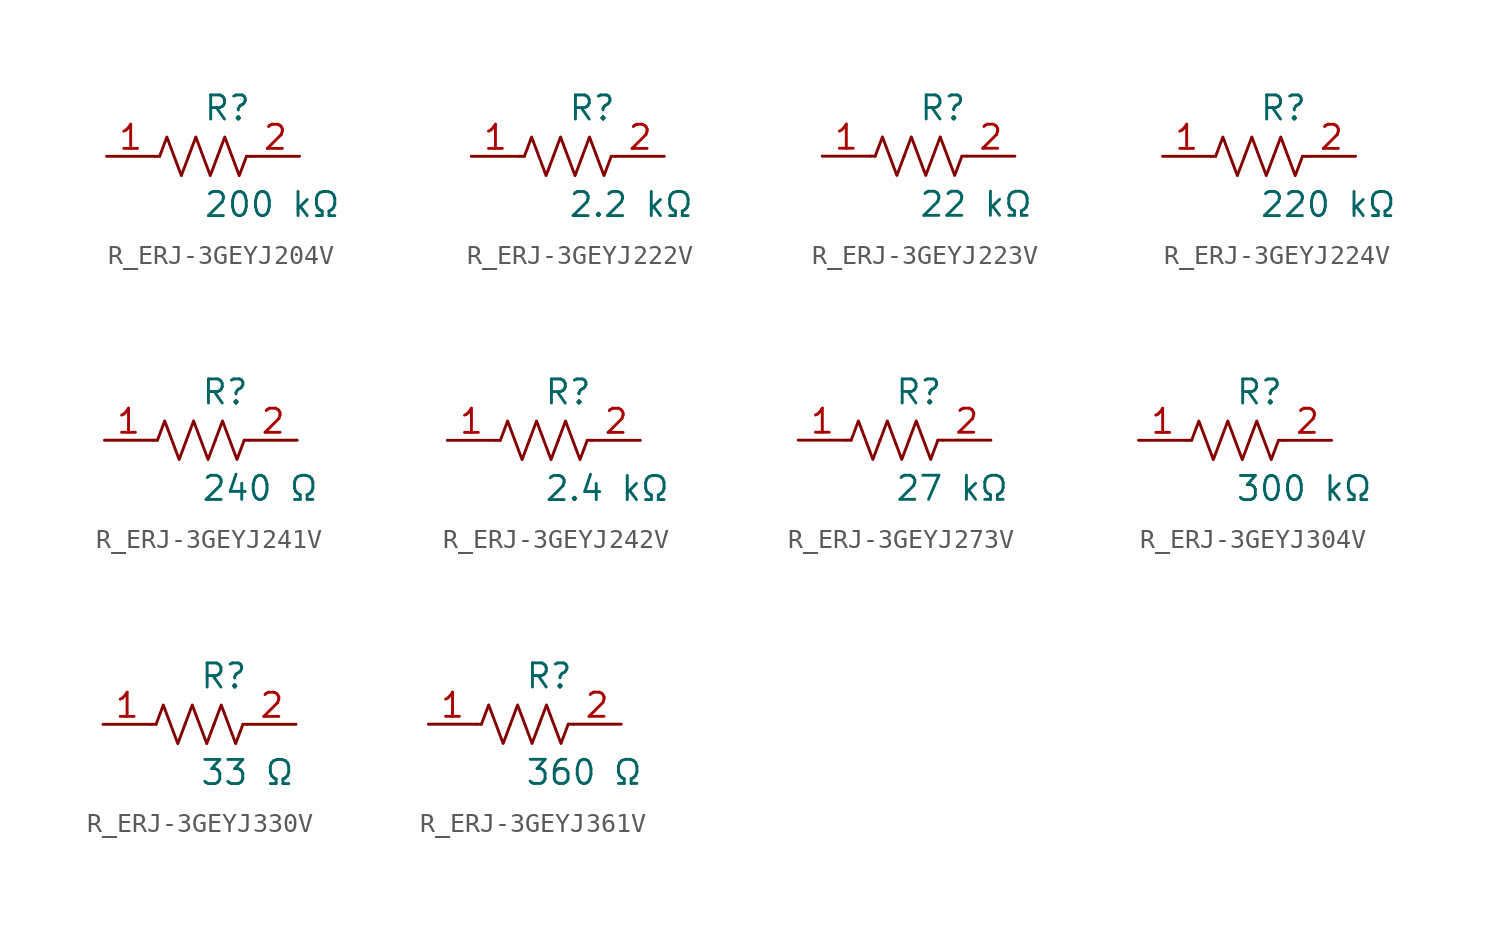
<source format=kicad_sym>
(kicad_symbol_lib
  (version 20231120)
  (generator kicad_symbol_editor)
  (generator_version 8.0)
  (symbol "R_ERJ-3GEYJ204V"
    (pin_names
      (offset 0.254))
    (property "Reference" "R"
      (at 0.0 2.54 0)
      (effects (font (size 1.27 1.27)) (justify left)))
    (property "Value" "200 kΩ"
      (at 0.0 -2.54 0)
      (effects (font (size 1.27 1.27)) (justify left)))
    (symbol "R_ERJ-3GEYJ204V_0_1"
      (polyline (pts (xy 2.286 0) (xy 2.54 0)) (stroke (width 0) (type default)) (fill (type none)))
      (polyline (pts (xy -2.286 0) (xy -2.54 0)) (stroke (width 0) (type default)) (fill (type none)))
      (polyline (pts (xy 0.762 0) (xy 1.143 1.016) (xy 1.524 0) (xy 1.905 -1.016) (xy 2.286 0)) (stroke (width 0) (type default)) (fill (type none)))
      (polyline (pts (xy -0.762 0) (xy -0.381 1.016) (xy 0 0) (xy 0.381 -1.016) (xy 0.762 0)) (stroke (width 0) (type default)) (fill (type none)))
      (polyline (pts (xy -2.286 0) (xy -1.905 1.016) (xy -1.524 0) (xy -1.143 -1.016) (xy -0.762 0)) (stroke (width 0) (type default)) (fill (type none))))
    (pin unspecified line
      (at -5.08 0 0)
      (length 2.54)
      (name "" (effects (font (size 1.27 1.27))))
      (number "1" (effects (font (size 1.27 1.27)))))
    (pin unspecified line
      (at 5.08 0 180)
      (length 2.54)
      (name "" (effects (font (size 1.27 1.27))))
      (number "2" (effects (font (size 1.27 1.27))))))
  (symbol "R_ERJ-3GEYJ222V"
    (pin_names
      (offset 0.254))
    (property "Reference" "R"
      (at 0.0 2.54 0)
      (effects (font (size 1.27 1.27)) (justify left)))
    (property "Value" "2.2 kΩ"
      (at 0.0 -2.54 0)
      (effects (font (size 1.27 1.27)) (justify left)))
    (symbol "R_ERJ-3GEYJ222V_0_1"
      (polyline (pts (xy 2.286 0) (xy 2.54 0)) (stroke (width 0) (type default)) (fill (type none)))
      (polyline (pts (xy -2.286 0) (xy -2.54 0)) (stroke (width 0) (type default)) (fill (type none)))
      (polyline (pts (xy 0.762 0) (xy 1.143 1.016) (xy 1.524 0) (xy 1.905 -1.016) (xy 2.286 0)) (stroke (width 0) (type default)) (fill (type none)))
      (polyline (pts (xy -0.762 0) (xy -0.381 1.016) (xy 0 0) (xy 0.381 -1.016) (xy 0.762 0)) (stroke (width 0) (type default)) (fill (type none)))
      (polyline (pts (xy -2.286 0) (xy -1.905 1.016) (xy -1.524 0) (xy -1.143 -1.016) (xy -0.762 0)) (stroke (width 0) (type default)) (fill (type none))))
    (pin unspecified line
      (at -5.08 0 0)
      (length 2.54)
      (name "" (effects (font (size 1.27 1.27))))
      (number "1" (effects (font (size 1.27 1.27)))))
    (pin unspecified line
      (at 5.08 0 180)
      (length 2.54)
      (name "" (effects (font (size 1.27 1.27))))
      (number "2" (effects (font (size 1.27 1.27))))))
  (symbol "R_ERJ-3GEYJ223V"
    (pin_names
      (offset 0.254))
    (property "Reference" "R"
      (at 0.0 2.54 0)
      (effects (font (size 1.27 1.27)) (justify left)))
    (property "Value" "22 kΩ"
      (at 0.0 -2.54 0)
      (effects (font (size 1.27 1.27)) (justify left)))
    (symbol "R_ERJ-3GEYJ223V_0_1"
      (polyline (pts (xy 2.286 0) (xy 2.54 0)) (stroke (width 0) (type default)) (fill (type none)))
      (polyline (pts (xy -2.286 0) (xy -2.54 0)) (stroke (width 0) (type default)) (fill (type none)))
      (polyline (pts (xy 0.762 0) (xy 1.143 1.016) (xy 1.524 0) (xy 1.905 -1.016) (xy 2.286 0)) (stroke (width 0) (type default)) (fill (type none)))
      (polyline (pts (xy -0.762 0) (xy -0.381 1.016) (xy 0 0) (xy 0.381 -1.016) (xy 0.762 0)) (stroke (width 0) (type default)) (fill (type none)))
      (polyline (pts (xy -2.286 0) (xy -1.905 1.016) (xy -1.524 0) (xy -1.143 -1.016) (xy -0.762 0)) (stroke (width 0) (type default)) (fill (type none))))
    (pin unspecified line
      (at -5.08 0 0)
      (length 2.54)
      (name "" (effects (font (size 1.27 1.27))))
      (number "1" (effects (font (size 1.27 1.27)))))
    (pin unspecified line
      (at 5.08 0 180)
      (length 2.54)
      (name "" (effects (font (size 1.27 1.27))))
      (number "2" (effects (font (size 1.27 1.27))))))
  (symbol "R_ERJ-3GEYJ224V"
    (pin_names
      (offset 0.254))
    (property "Reference" "R"
      (at 0.0 2.54 0)
      (effects (font (size 1.27 1.27)) (justify left)))
    (property "Value" "220 kΩ"
      (at 0.0 -2.54 0)
      (effects (font (size 1.27 1.27)) (justify left)))
    (symbol "R_ERJ-3GEYJ224V_0_1"
      (polyline (pts (xy 2.286 0) (xy 2.54 0)) (stroke (width 0) (type default)) (fill (type none)))
      (polyline (pts (xy -2.286 0) (xy -2.54 0)) (stroke (width 0) (type default)) (fill (type none)))
      (polyline (pts (xy 0.762 0) (xy 1.143 1.016) (xy 1.524 0) (xy 1.905 -1.016) (xy 2.286 0)) (stroke (width 0) (type default)) (fill (type none)))
      (polyline (pts (xy -0.762 0) (xy -0.381 1.016) (xy 0 0) (xy 0.381 -1.016) (xy 0.762 0)) (stroke (width 0) (type default)) (fill (type none)))
      (polyline (pts (xy -2.286 0) (xy -1.905 1.016) (xy -1.524 0) (xy -1.143 -1.016) (xy -0.762 0)) (stroke (width 0) (type default)) (fill (type none))))
    (pin unspecified line
      (at -5.08 0 0)
      (length 2.54)
      (name "" (effects (font (size 1.27 1.27))))
      (number "1" (effects (font (size 1.27 1.27)))))
    (pin unspecified line
      (at 5.08 0 180)
      (length 2.54)
      (name "" (effects (font (size 1.27 1.27))))
      (number "2" (effects (font (size 1.27 1.27))))))
  (symbol "R_ERJ-3GEYJ241V"
    (pin_names
      (offset 0.254))
    (property "Reference" "R"
      (at 0.0 2.54 0)
      (effects (font (size 1.27 1.27)) (justify left)))
    (property "Value" "240 Ω"
      (at 0.0 -2.54 0)
      (effects (font (size 1.27 1.27)) (justify left)))
    (symbol "R_ERJ-3GEYJ241V_0_1"
      (polyline (pts (xy 2.286 0) (xy 2.54 0)) (stroke (width 0) (type default)) (fill (type none)))
      (polyline (pts (xy -2.286 0) (xy -2.54 0)) (stroke (width 0) (type default)) (fill (type none)))
      (polyline (pts (xy 0.762 0) (xy 1.143 1.016) (xy 1.524 0) (xy 1.905 -1.016) (xy 2.286 0)) (stroke (width 0) (type default)) (fill (type none)))
      (polyline (pts (xy -0.762 0) (xy -0.381 1.016) (xy 0 0) (xy 0.381 -1.016) (xy 0.762 0)) (stroke (width 0) (type default)) (fill (type none)))
      (polyline (pts (xy -2.286 0) (xy -1.905 1.016) (xy -1.524 0) (xy -1.143 -1.016) (xy -0.762 0)) (stroke (width 0) (type default)) (fill (type none))))
    (pin unspecified line
      (at -5.08 0 0)
      (length 2.54)
      (name "" (effects (font (size 1.27 1.27))))
      (number "1" (effects (font (size 1.27 1.27)))))
    (pin unspecified line
      (at 5.08 0 180)
      (length 2.54)
      (name "" (effects (font (size 1.27 1.27))))
      (number "2" (effects (font (size 1.27 1.27))))))
  (symbol "R_ERJ-3GEYJ242V"
    (pin_names
      (offset 0.254))
    (property "Reference" "R"
      (at 0.0 2.54 0)
      (effects (font (size 1.27 1.27)) (justify left)))
    (property "Value" "2.4 kΩ"
      (at 0.0 -2.54 0)
      (effects (font (size 1.27 1.27)) (justify left)))
    (symbol "R_ERJ-3GEYJ242V_0_1"
      (polyline (pts (xy 2.286 0) (xy 2.54 0)) (stroke (width 0) (type default)) (fill (type none)))
      (polyline (pts (xy -2.286 0) (xy -2.54 0)) (stroke (width 0) (type default)) (fill (type none)))
      (polyline (pts (xy 0.762 0) (xy 1.143 1.016) (xy 1.524 0) (xy 1.905 -1.016) (xy 2.286 0)) (stroke (width 0) (type default)) (fill (type none)))
      (polyline (pts (xy -0.762 0) (xy -0.381 1.016) (xy 0 0) (xy 0.381 -1.016) (xy 0.762 0)) (stroke (width 0) (type default)) (fill (type none)))
      (polyline (pts (xy -2.286 0) (xy -1.905 1.016) (xy -1.524 0) (xy -1.143 -1.016) (xy -0.762 0)) (stroke (width 0) (type default)) (fill (type none))))
    (pin unspecified line
      (at -5.08 0 0)
      (length 2.54)
      (name "" (effects (font (size 1.27 1.27))))
      (number "1" (effects (font (size 1.27 1.27)))))
    (pin unspecified line
      (at 5.08 0 180)
      (length 2.54)
      (name "" (effects (font (size 1.27 1.27))))
      (number "2" (effects (font (size 1.27 1.27))))))
  (symbol "R_ERJ-3GEYJ273V"
    (pin_names
      (offset 0.254))
    (property "Reference" "R"
      (at 0.0 2.54 0)
      (effects (font (size 1.27 1.27)) (justify left)))
    (property "Value" "27 kΩ"
      (at 0.0 -2.54 0)
      (effects (font (size 1.27 1.27)) (justify left)))
    (symbol "R_ERJ-3GEYJ273V_0_1"
      (polyline (pts (xy 2.286 0) (xy 2.54 0)) (stroke (width 0) (type default)) (fill (type none)))
      (polyline (pts (xy -2.286 0) (xy -2.54 0)) (stroke (width 0) (type default)) (fill (type none)))
      (polyline (pts (xy 0.762 0) (xy 1.143 1.016) (xy 1.524 0) (xy 1.905 -1.016) (xy 2.286 0)) (stroke (width 0) (type default)) (fill (type none)))
      (polyline (pts (xy -0.762 0) (xy -0.381 1.016) (xy 0 0) (xy 0.381 -1.016) (xy 0.762 0)) (stroke (width 0) (type default)) (fill (type none)))
      (polyline (pts (xy -2.286 0) (xy -1.905 1.016) (xy -1.524 0) (xy -1.143 -1.016) (xy -0.762 0)) (stroke (width 0) (type default)) (fill (type none))))
    (pin unspecified line
      (at -5.08 0 0)
      (length 2.54)
      (name "" (effects (font (size 1.27 1.27))))
      (number "1" (effects (font (size 1.27 1.27)))))
    (pin unspecified line
      (at 5.08 0 180)
      (length 2.54)
      (name "" (effects (font (size 1.27 1.27))))
      (number "2" (effects (font (size 1.27 1.27))))))
  (symbol "R_ERJ-3GEYJ304V"
    (pin_names
      (offset 0.254))
    (property "Reference" "R"
      (at 0.0 2.54 0)
      (effects (font (size 1.27 1.27)) (justify left)))
    (property "Value" "300 kΩ"
      (at 0.0 -2.54 0)
      (effects (font (size 1.27 1.27)) (justify left)))
    (symbol "R_ERJ-3GEYJ304V_0_1"
      (polyline (pts (xy 2.286 0) (xy 2.54 0)) (stroke (width 0) (type default)) (fill (type none)))
      (polyline (pts (xy -2.286 0) (xy -2.54 0)) (stroke (width 0) (type default)) (fill (type none)))
      (polyline (pts (xy 0.762 0) (xy 1.143 1.016) (xy 1.524 0) (xy 1.905 -1.016) (xy 2.286 0)) (stroke (width 0) (type default)) (fill (type none)))
      (polyline (pts (xy -0.762 0) (xy -0.381 1.016) (xy 0 0) (xy 0.381 -1.016) (xy 0.762 0)) (stroke (width 0) (type default)) (fill (type none)))
      (polyline (pts (xy -2.286 0) (xy -1.905 1.016) (xy -1.524 0) (xy -1.143 -1.016) (xy -0.762 0)) (stroke (width 0) (type default)) (fill (type none))))
    (pin unspecified line
      (at -5.08 0 0)
      (length 2.54)
      (name "" (effects (font (size 1.27 1.27))))
      (number "1" (effects (font (size 1.27 1.27)))))
    (pin unspecified line
      (at 5.08 0 180)
      (length 2.54)
      (name "" (effects (font (size 1.27 1.27))))
      (number "2" (effects (font (size 1.27 1.27))))))
  (symbol "R_ERJ-3GEYJ330V"
    (pin_names
      (offset 0.254))
    (property "Reference" "R"
      (at 0.0 2.54 0)
      (effects (font (size 1.27 1.27)) (justify left)))
    (property "Value" "33 Ω"
      (at 0.0 -2.54 0)
      (effects (font (size 1.27 1.27)) (justify left)))
    (symbol "R_ERJ-3GEYJ330V_0_1"
      (polyline (pts (xy 2.286 0) (xy 2.54 0)) (stroke (width 0) (type default)) (fill (type none)))
      (polyline (pts (xy -2.286 0) (xy -2.54 0)) (stroke (width 0) (type default)) (fill (type none)))
      (polyline (pts (xy 0.762 0) (xy 1.143 1.016) (xy 1.524 0) (xy 1.905 -1.016) (xy 2.286 0)) (stroke (width 0) (type default)) (fill (type none)))
      (polyline (pts (xy -0.762 0) (xy -0.381 1.016) (xy 0 0) (xy 0.381 -1.016) (xy 0.762 0)) (stroke (width 0) (type default)) (fill (type none)))
      (polyline (pts (xy -2.286 0) (xy -1.905 1.016) (xy -1.524 0) (xy -1.143 -1.016) (xy -0.762 0)) (stroke (width 0) (type default)) (fill (type none))))
    (pin unspecified line
      (at -5.08 0 0)
      (length 2.54)
      (name "" (effects (font (size 1.27 1.27))))
      (number "1" (effects (font (size 1.27 1.27)))))
    (pin unspecified line
      (at 5.08 0 180)
      (length 2.54)
      (name "" (effects (font (size 1.27 1.27))))
      (number "2" (effects (font (size 1.27 1.27))))))
  (symbol "R_ERJ-3GEYJ361V"
    (pin_names
      (offset 0.254))
    (property "Reference" "R"
      (at 0.0 2.54 0)
      (effects (font (size 1.27 1.27)) (justify left)))
    (property "Value" "360 Ω"
      (at 0.0 -2.54 0)
      (effects (font (size 1.27 1.27)) (justify left)))
    (symbol "R_ERJ-3GEYJ361V_0_1"
      (polyline (pts (xy 2.286 0) (xy 2.54 0)) (stroke (width 0) (type default)) (fill (type none)))
      (polyline (pts (xy -2.286 0) (xy -2.54 0)) (stroke (width 0) (type default)) (fill (type none)))
      (polyline (pts (xy 0.762 0) (xy 1.143 1.016) (xy 1.524 0) (xy 1.905 -1.016) (xy 2.286 0)) (stroke (width 0) (type default)) (fill (type none)))
      (polyline (pts (xy -0.762 0) (xy -0.381 1.016) (xy 0 0) (xy 0.381 -1.016) (xy 0.762 0)) (stroke (width 0) (type default)) (fill (type none)))
      (polyline (pts (xy -2.286 0) (xy -1.905 1.016) (xy -1.524 0) (xy -1.143 -1.016) (xy -0.762 0)) (stroke (width 0) (type default)) (fill (type none))))
    (pin unspecified line
      (at -5.08 0 0)
      (length 2.54)
      (name "" (effects (font (size 1.27 1.27))))
      (number "1" (effects (font (size 1.27 1.27)))))
    (pin unspecified line
      (at 5.08 0 180)
      (length 2.54)
      (name "" (effects (font (size 1.27 1.27))))
      (number "2" (effects (font (size 1.27 1.27)))))))
</source>
